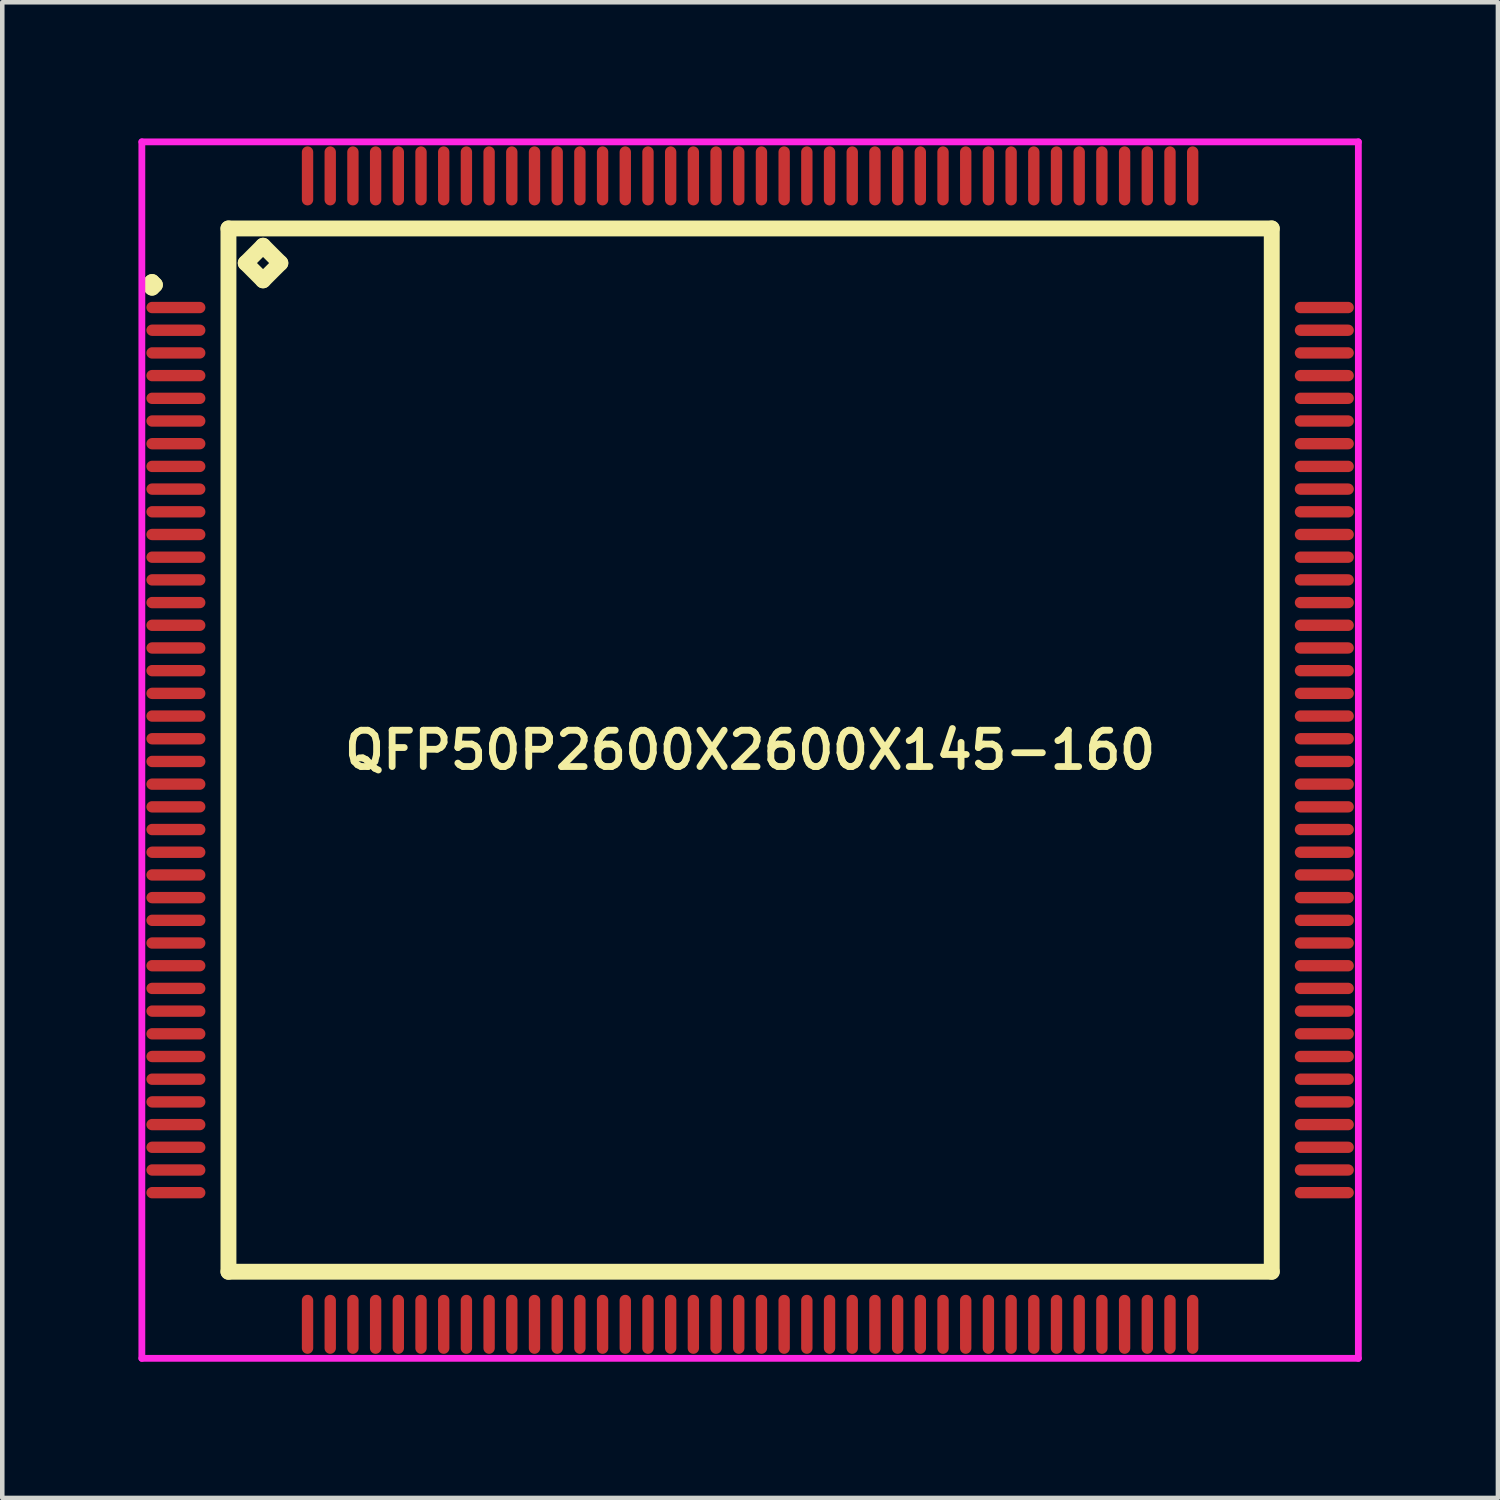
<source format=kicad_pcb>
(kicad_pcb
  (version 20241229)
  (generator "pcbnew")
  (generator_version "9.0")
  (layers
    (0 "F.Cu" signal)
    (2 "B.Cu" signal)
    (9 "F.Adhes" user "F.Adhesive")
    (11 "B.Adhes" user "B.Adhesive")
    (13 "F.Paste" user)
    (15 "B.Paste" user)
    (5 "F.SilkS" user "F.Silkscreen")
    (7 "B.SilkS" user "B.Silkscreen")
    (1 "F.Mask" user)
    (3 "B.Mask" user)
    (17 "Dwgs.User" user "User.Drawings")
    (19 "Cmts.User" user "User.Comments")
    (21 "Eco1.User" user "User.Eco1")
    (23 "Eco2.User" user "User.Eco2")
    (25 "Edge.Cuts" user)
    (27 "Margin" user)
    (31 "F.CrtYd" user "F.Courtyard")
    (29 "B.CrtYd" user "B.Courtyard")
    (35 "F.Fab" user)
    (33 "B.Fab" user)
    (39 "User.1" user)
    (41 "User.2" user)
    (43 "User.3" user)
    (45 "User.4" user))
  (footprint "QFP50P2600X2600X145-160"
    (layer "F.Cu")
    (at 13.475 13.475)
    (property "Reference" "QFP50P2600X2600X145-160" (at 0 0 0) (layer "F.SilkS") (effects (font (size 0.8 0.8) (thickness 0.15))))
    (attr smd)
    (fp_line (start -13.238 -10.25) (end -13.175 -10.312) (stroke (width 0.35) (type solid)) (layer "F.SilkS"))
    (fp_line (start -13.175 -10.312) (end -13.113 -10.25) (stroke (width 0.35) (type solid)) (layer "F.SilkS"))
    (fp_line (start -13.175 -10.188) (end -13.238 -10.25) (stroke (width 0.35) (type solid)) (layer "F.SilkS"))
    (fp_line (start -13.113 -10.25) (end -13.175 -10.188) (stroke (width 0.35) (type solid)) (layer "F.SilkS"))
    (fp_line (start -11.492 -11.492) (end -11.492 11.492) (stroke (width 0.35) (type solid)) (layer "F.SilkS"))
    (fp_line (start -11.492 11.492) (end 11.492 11.492) (stroke (width 0.35) (type solid)) (layer "F.SilkS"))
    (fp_line (start -11.111 -10.73) (end -10.73 -11.111) (stroke (width 0.35) (type solid)) (layer "F.SilkS"))
    (fp_line (start -10.73 -11.111) (end -10.349 -10.73) (stroke (width 0.35) (type solid)) (layer "F.SilkS"))
    (fp_line (start -10.73 -10.349) (end -11.111 -10.73) (stroke (width 0.35) (type solid)) (layer "F.SilkS"))
    (fp_line (start -10.349 -10.73) (end -10.73 -10.349) (stroke (width 0.35) (type solid)) (layer "F.SilkS"))
    (fp_line (start 11.492 -11.492) (end -11.492 -11.492) (stroke (width 0.35) (type solid)) (layer "F.SilkS"))
    (fp_line (start 11.492 11.492) (end 11.492 -11.492) (stroke (width 0.35) (type solid)) (layer "F.SilkS"))
    (fp_line (start -13.4 -13.4) (end 13.4 -13.4) (stroke (width 0.15) (type solid)) (layer "F.CrtYd"))
    (fp_line (start -13.4 13.4) (end -13.4 -13.4) (stroke (width 0.15) (type solid)) (layer "F.CrtYd"))
    (fp_line (start 13.4 -13.4) (end 13.4 13.4) (stroke (width 0.15) (type solid)) (layer "F.CrtYd"))
    (fp_line (start 13.4 13.4) (end -13.4 13.4) (stroke (width 0.15) (type solid)) (layer "F.CrtYd"))
    (pad "1" smd oval (at -12.65 -9.75) (size 1.3 0.25) (layers "F.Cu" "F.Mask" "F.Paste"))
    (pad "2" smd oval (at -12.65 -9.25) (size 1.3 0.25) (layers "F.Cu" "F.Mask" "F.Paste"))
    (pad "3" smd oval (at -12.65 -8.75) (size 1.3 0.25) (layers "F.Cu" "F.Mask" "F.Paste"))
    (pad "4" smd oval (at -12.65 -8.25) (size 1.3 0.25) (layers "F.Cu" "F.Mask" "F.Paste"))
    (pad "5" smd oval (at -12.65 -7.75) (size 1.3 0.25) (layers "F.Cu" "F.Mask" "F.Paste"))
    (pad "6" smd oval (at -12.65 -7.25) (size 1.3 0.25) (layers "F.Cu" "F.Mask" "F.Paste"))
    (pad "7" smd oval (at -12.65 -6.75) (size 1.3 0.25) (layers "F.Cu" "F.Mask" "F.Paste"))
    (pad "8" smd oval (at -12.65 -6.25) (size 1.3 0.25) (layers "F.Cu" "F.Mask" "F.Paste"))
    (pad "9" smd oval (at -12.65 -5.75) (size 1.3 0.25) (layers "F.Cu" "F.Mask" "F.Paste"))
    (pad "10" smd oval (at -12.65 -5.25) (size 1.3 0.25) (layers "F.Cu" "F.Mask" "F.Paste"))
    (pad "11" smd oval (at -12.65 -4.75) (size 1.3 0.25) (layers "F.Cu" "F.Mask" "F.Paste"))
    (pad "12" smd oval (at -12.65 -4.25) (size 1.3 0.25) (layers "F.Cu" "F.Mask" "F.Paste"))
    (pad "13" smd oval (at -12.65 -3.75) (size 1.3 0.25) (layers "F.Cu" "F.Mask" "F.Paste"))
    (pad "14" smd oval (at -12.65 -3.25) (size 1.3 0.25) (layers "F.Cu" "F.Mask" "F.Paste"))
    (pad "15" smd oval (at -12.65 -2.75) (size 1.3 0.25) (layers "F.Cu" "F.Mask" "F.Paste"))
    (pad "16" smd oval (at -12.65 -2.25) (size 1.3 0.25) (layers "F.Cu" "F.Mask" "F.Paste"))
    (pad "17" smd oval (at -12.65 -1.75) (size 1.3 0.25) (layers "F.Cu" "F.Mask" "F.Paste"))
    (pad "18" smd oval (at -12.65 -1.25) (size 1.3 0.25) (layers "F.Cu" "F.Mask" "F.Paste"))
    (pad "19" smd oval (at -12.65 -0.75) (size 1.3 0.25) (layers "F.Cu" "F.Mask" "F.Paste"))
    (pad "20" smd oval (at -12.65 -0.25) (size 1.3 0.25) (layers "F.Cu" "F.Mask" "F.Paste"))
    (pad "21" smd oval (at -12.65 0.25) (size 1.3 0.25) (layers "F.Cu" "F.Mask" "F.Paste"))
    (pad "22" smd oval (at -12.65 0.75) (size 1.3 0.25) (layers "F.Cu" "F.Mask" "F.Paste"))
    (pad "23" smd oval (at -12.65 1.25) (size 1.3 0.25) (layers "F.Cu" "F.Mask" "F.Paste"))
    (pad "24" smd oval (at -12.65 1.75) (size 1.3 0.25) (layers "F.Cu" "F.Mask" "F.Paste"))
    (pad "25" smd oval (at -12.65 2.25) (size 1.3 0.25) (layers "F.Cu" "F.Mask" "F.Paste"))
    (pad "26" smd oval (at -12.65 2.75) (size 1.3 0.25) (layers "F.Cu" "F.Mask" "F.Paste"))
    (pad "27" smd oval (at -12.65 3.25) (size 1.3 0.25) (layers "F.Cu" "F.Mask" "F.Paste"))
    (pad "28" smd oval (at -12.65 3.75) (size 1.3 0.25) (layers "F.Cu" "F.Mask" "F.Paste"))
    (pad "29" smd oval (at -12.65 4.25) (size 1.3 0.25) (layers "F.Cu" "F.Mask" "F.Paste"))
    (pad "30" smd oval (at -12.65 4.75) (size 1.3 0.25) (layers "F.Cu" "F.Mask" "F.Paste"))
    (pad "31" smd oval (at -12.65 5.25) (size 1.3 0.25) (layers "F.Cu" "F.Mask" "F.Paste"))
    (pad "32" smd oval (at -12.65 5.75) (size 1.3 0.25) (layers "F.Cu" "F.Mask" "F.Paste"))
    (pad "33" smd oval (at -12.65 6.25) (size 1.3 0.25) (layers "F.Cu" "F.Mask" "F.Paste"))
    (pad "34" smd oval (at -12.65 6.75) (size 1.3 0.25) (layers "F.Cu" "F.Mask" "F.Paste"))
    (pad "35" smd oval (at -12.65 7.25) (size 1.3 0.25) (layers "F.Cu" "F.Mask" "F.Paste"))
    (pad "36" smd oval (at -12.65 7.75) (size 1.3 0.25) (layers "F.Cu" "F.Mask" "F.Paste"))
    (pad "37" smd oval (at -12.65 8.25) (size 1.3 0.25) (layers "F.Cu" "F.Mask" "F.Paste"))
    (pad "38" smd oval (at -12.65 8.75) (size 1.3 0.25) (layers "F.Cu" "F.Mask" "F.Paste"))
    (pad "39" smd oval (at -12.65 9.25) (size 1.3 0.25) (layers "F.Cu" "F.Mask" "F.Paste"))
    (pad "40" smd oval (at -12.65 9.75) (size 1.3 0.25) (layers "F.Cu" "F.Mask" "F.Paste"))
    (pad "41" smd oval (at -9.75 12.65) (size 0.25 1.3) (layers "F.Cu" "F.Mask" "F.Paste"))
    (pad "42" smd oval (at -9.25 12.65) (size 0.25 1.3) (layers "F.Cu" "F.Mask" "F.Paste"))
    (pad "43" smd oval (at -8.75 12.65) (size 0.25 1.3) (layers "F.Cu" "F.Mask" "F.Paste"))
    (pad "44" smd oval (at -8.25 12.65) (size 0.25 1.3) (layers "F.Cu" "F.Mask" "F.Paste"))
    (pad "45" smd oval (at -7.75 12.65) (size 0.25 1.3) (layers "F.Cu" "F.Mask" "F.Paste"))
    (pad "46" smd oval (at -7.25 12.65) (size 0.25 1.3) (layers "F.Cu" "F.Mask" "F.Paste"))
    (pad "47" smd oval (at -6.75 12.65) (size 0.25 1.3) (layers "F.Cu" "F.Mask" "F.Paste"))
    (pad "48" smd oval (at -6.25 12.65) (size 0.25 1.3) (layers "F.Cu" "F.Mask" "F.Paste"))
    (pad "49" smd oval (at -5.75 12.65) (size 0.25 1.3) (layers "F.Cu" "F.Mask" "F.Paste"))
    (pad "50" smd oval (at -5.25 12.65) (size 0.25 1.3) (layers "F.Cu" "F.Mask" "F.Paste"))
    (pad "51" smd oval (at -4.75 12.65) (size 0.25 1.3) (layers "F.Cu" "F.Mask" "F.Paste"))
    (pad "52" smd oval (at -4.25 12.65) (size 0.25 1.3) (layers "F.Cu" "F.Mask" "F.Paste"))
    (pad "53" smd oval (at -3.75 12.65) (size 0.25 1.3) (layers "F.Cu" "F.Mask" "F.Paste"))
    (pad "54" smd oval (at -3.25 12.65) (size 0.25 1.3) (layers "F.Cu" "F.Mask" "F.Paste"))
    (pad "55" smd oval (at -2.75 12.65) (size 0.25 1.3) (layers "F.Cu" "F.Mask" "F.Paste"))
    (pad "56" smd oval (at -2.25 12.65) (size 0.25 1.3) (layers "F.Cu" "F.Mask" "F.Paste"))
    (pad "57" smd oval (at -1.75 12.65) (size 0.25 1.3) (layers "F.Cu" "F.Mask" "F.Paste"))
    (pad "58" smd oval (at -1.25 12.65) (size 0.25 1.3) (layers "F.Cu" "F.Mask" "F.Paste"))
    (pad "59" smd oval (at -0.75 12.65) (size 0.25 1.3) (layers "F.Cu" "F.Mask" "F.Paste"))
    (pad "60" smd oval (at -0.25 12.65) (size 0.25 1.3) (layers "F.Cu" "F.Mask" "F.Paste"))
    (pad "61" smd oval (at 0.25 12.65) (size 0.25 1.3) (layers "F.Cu" "F.Mask" "F.Paste"))
    (pad "62" smd oval (at 0.75 12.65) (size 0.25 1.3) (layers "F.Cu" "F.Mask" "F.Paste"))
    (pad "63" smd oval (at 1.25 12.65) (size 0.25 1.3) (layers "F.Cu" "F.Mask" "F.Paste"))
    (pad "64" smd oval (at 1.75 12.65) (size 0.25 1.3) (layers "F.Cu" "F.Mask" "F.Paste"))
    (pad "65" smd oval (at 2.25 12.65) (size 0.25 1.3) (layers "F.Cu" "F.Mask" "F.Paste"))
    (pad "66" smd oval (at 2.75 12.65) (size 0.25 1.3) (layers "F.Cu" "F.Mask" "F.Paste"))
    (pad "67" smd oval (at 3.25 12.65) (size 0.25 1.3) (layers "F.Cu" "F.Mask" "F.Paste"))
    (pad "68" smd oval (at 3.75 12.65) (size 0.25 1.3) (layers "F.Cu" "F.Mask" "F.Paste"))
    (pad "69" smd oval (at 4.25 12.65) (size 0.25 1.3) (layers "F.Cu" "F.Mask" "F.Paste"))
    (pad "70" smd oval (at 4.75 12.65) (size 0.25 1.3) (layers "F.Cu" "F.Mask" "F.Paste"))
    (pad "71" smd oval (at 5.25 12.65) (size 0.25 1.3) (layers "F.Cu" "F.Mask" "F.Paste"))
    (pad "72" smd oval (at 5.75 12.65) (size 0.25 1.3) (layers "F.Cu" "F.Mask" "F.Paste"))
    (pad "73" smd oval (at 6.25 12.65) (size 0.25 1.3) (layers "F.Cu" "F.Mask" "F.Paste"))
    (pad "74" smd oval (at 6.75 12.65) (size 0.25 1.3) (layers "F.Cu" "F.Mask" "F.Paste"))
    (pad "75" smd oval (at 7.25 12.65) (size 0.25 1.3) (layers "F.Cu" "F.Mask" "F.Paste"))
    (pad "76" smd oval (at 7.75 12.65) (size 0.25 1.3) (layers "F.Cu" "F.Mask" "F.Paste"))
    (pad "77" smd oval (at 8.25 12.65) (size 0.25 1.3) (layers "F.Cu" "F.Mask" "F.Paste"))
    (pad "78" smd oval (at 8.75 12.65) (size 0.25 1.3) (layers "F.Cu" "F.Mask" "F.Paste"))
    (pad "79" smd oval (at 9.25 12.65) (size 0.25 1.3) (layers "F.Cu" "F.Mask" "F.Paste"))
    (pad "80" smd oval (at 9.75 12.65) (size 0.25 1.3) (layers "F.Cu" "F.Mask" "F.Paste"))
    (pad "81" smd oval (at 12.65 9.75) (size 1.3 0.25) (layers "F.Cu" "F.Mask" "F.Paste"))
    (pad "82" smd oval (at 12.65 9.25) (size 1.3 0.25) (layers "F.Cu" "F.Mask" "F.Paste"))
    (pad "83" smd oval (at 12.65 8.75) (size 1.3 0.25) (layers "F.Cu" "F.Mask" "F.Paste"))
    (pad "84" smd oval (at 12.65 8.25) (size 1.3 0.25) (layers "F.Cu" "F.Mask" "F.Paste"))
    (pad "85" smd oval (at 12.65 7.75) (size 1.3 0.25) (layers "F.Cu" "F.Mask" "F.Paste"))
    (pad "86" smd oval (at 12.65 7.25) (size 1.3 0.25) (layers "F.Cu" "F.Mask" "F.Paste"))
    (pad "87" smd oval (at 12.65 6.75) (size 1.3 0.25) (layers "F.Cu" "F.Mask" "F.Paste"))
    (pad "88" smd oval (at 12.65 6.25) (size 1.3 0.25) (layers "F.Cu" "F.Mask" "F.Paste"))
    (pad "89" smd oval (at 12.65 5.75) (size 1.3 0.25) (layers "F.Cu" "F.Mask" "F.Paste"))
    (pad "90" smd oval (at 12.65 5.25) (size 1.3 0.25) (layers "F.Cu" "F.Mask" "F.Paste"))
    (pad "91" smd oval (at 12.65 4.75) (size 1.3 0.25) (layers "F.Cu" "F.Mask" "F.Paste"))
    (pad "92" smd oval (at 12.65 4.25) (size 1.3 0.25) (layers "F.Cu" "F.Mask" "F.Paste"))
    (pad "93" smd oval (at 12.65 3.75) (size 1.3 0.25) (layers "F.Cu" "F.Mask" "F.Paste"))
    (pad "94" smd oval (at 12.65 3.25) (size 1.3 0.25) (layers "F.Cu" "F.Mask" "F.Paste"))
    (pad "95" smd oval (at 12.65 2.75) (size 1.3 0.25) (layers "F.Cu" "F.Mask" "F.Paste"))
    (pad "96" smd oval (at 12.65 2.25) (size 1.3 0.25) (layers "F.Cu" "F.Mask" "F.Paste"))
    (pad "97" smd oval (at 12.65 1.75) (size 1.3 0.25) (layers "F.Cu" "F.Mask" "F.Paste"))
    (pad "98" smd oval (at 12.65 1.25) (size 1.3 0.25) (layers "F.Cu" "F.Mask" "F.Paste"))
    (pad "99" smd oval (at 12.65 0.75) (size 1.3 0.25) (layers "F.Cu" "F.Mask" "F.Paste"))
    (pad "100" smd oval (at 12.65 0.25) (size 1.3 0.25) (layers "F.Cu" "F.Mask" "F.Paste"))
    (pad "101" smd oval (at 12.65 -0.25) (size 1.3 0.25) (layers "F.Cu" "F.Mask" "F.Paste"))
    (pad "102" smd oval (at 12.65 -0.75) (size 1.3 0.25) (layers "F.Cu" "F.Mask" "F.Paste"))
    (pad "103" smd oval (at 12.65 -1.25) (size 1.3 0.25) (layers "F.Cu" "F.Mask" "F.Paste"))
    (pad "104" smd oval (at 12.65 -1.75) (size 1.3 0.25) (layers "F.Cu" "F.Mask" "F.Paste"))
    (pad "105" smd oval (at 12.65 -2.25) (size 1.3 0.25) (layers "F.Cu" "F.Mask" "F.Paste"))
    (pad "106" smd oval (at 12.65 -2.75) (size 1.3 0.25) (layers "F.Cu" "F.Mask" "F.Paste"))
    (pad "107" smd oval (at 12.65 -3.25) (size 1.3 0.25) (layers "F.Cu" "F.Mask" "F.Paste"))
    (pad "108" smd oval (at 12.65 -3.75) (size 1.3 0.25) (layers "F.Cu" "F.Mask" "F.Paste"))
    (pad "109" smd oval (at 12.65 -4.25) (size 1.3 0.25) (layers "F.Cu" "F.Mask" "F.Paste"))
    (pad "110" smd oval (at 12.65 -4.75) (size 1.3 0.25) (layers "F.Cu" "F.Mask" "F.Paste"))
    (pad "111" smd oval (at 12.65 -5.25) (size 1.3 0.25) (layers "F.Cu" "F.Mask" "F.Paste"))
    (pad "112" smd oval (at 12.65 -5.75) (size 1.3 0.25) (layers "F.Cu" "F.Mask" "F.Paste"))
    (pad "113" smd oval (at 12.65 -6.25) (size 1.3 0.25) (layers "F.Cu" "F.Mask" "F.Paste"))
    (pad "114" smd oval (at 12.65 -6.75) (size 1.3 0.25) (layers "F.Cu" "F.Mask" "F.Paste"))
    (pad "115" smd oval (at 12.65 -7.25) (size 1.3 0.25) (layers "F.Cu" "F.Mask" "F.Paste"))
    (pad "116" smd oval (at 12.65 -7.75) (size 1.3 0.25) (layers "F.Cu" "F.Mask" "F.Paste"))
    (pad "117" smd oval (at 12.65 -8.25) (size 1.3 0.25) (layers "F.Cu" "F.Mask" "F.Paste"))
    (pad "118" smd oval (at 12.65 -8.75) (size 1.3 0.25) (layers "F.Cu" "F.Mask" "F.Paste"))
    (pad "119" smd oval (at 12.65 -9.25) (size 1.3 0.25) (layers "F.Cu" "F.Mask" "F.Paste"))
    (pad "120" smd oval (at 12.65 -9.75) (size 1.3 0.25) (layers "F.Cu" "F.Mask" "F.Paste"))
    (pad "121" smd oval (at 9.75 -12.65) (size 0.25 1.3) (layers "F.Cu" "F.Mask" "F.Paste"))
    (pad "122" smd oval (at 9.25 -12.65) (size 0.25 1.3) (layers "F.Cu" "F.Mask" "F.Paste"))
    (pad "123" smd oval (at 8.75 -12.65) (size 0.25 1.3) (layers "F.Cu" "F.Mask" "F.Paste"))
    (pad "124" smd oval (at 8.25 -12.65) (size 0.25 1.3) (layers "F.Cu" "F.Mask" "F.Paste"))
    (pad "125" smd oval (at 7.75 -12.65) (size 0.25 1.3) (layers "F.Cu" "F.Mask" "F.Paste"))
    (pad "126" smd oval (at 7.25 -12.65) (size 0.25 1.3) (layers "F.Cu" "F.Mask" "F.Paste"))
    (pad "127" smd oval (at 6.75 -12.65) (size 0.25 1.3) (layers "F.Cu" "F.Mask" "F.Paste"))
    (pad "128" smd oval (at 6.25 -12.65) (size 0.25 1.3) (layers "F.Cu" "F.Mask" "F.Paste"))
    (pad "129" smd oval (at 5.75 -12.65) (size 0.25 1.3) (layers "F.Cu" "F.Mask" "F.Paste"))
    (pad "130" smd oval (at 5.25 -12.65) (size 0.25 1.3) (layers "F.Cu" "F.Mask" "F.Paste"))
    (pad "131" smd oval (at 4.75 -12.65) (size 0.25 1.3) (layers "F.Cu" "F.Mask" "F.Paste"))
    (pad "132" smd oval (at 4.25 -12.65) (size 0.25 1.3) (layers "F.Cu" "F.Mask" "F.Paste"))
    (pad "133" smd oval (at 3.75 -12.65) (size 0.25 1.3) (layers "F.Cu" "F.Mask" "F.Paste"))
    (pad "134" smd oval (at 3.25 -12.65) (size 0.25 1.3) (layers "F.Cu" "F.Mask" "F.Paste"))
    (pad "135" smd oval (at 2.75 -12.65) (size 0.25 1.3) (layers "F.Cu" "F.Mask" "F.Paste"))
    (pad "136" smd oval (at 2.25 -12.65) (size 0.25 1.3) (layers "F.Cu" "F.Mask" "F.Paste"))
    (pad "137" smd oval (at 1.75 -12.65) (size 0.25 1.3) (layers "F.Cu" "F.Mask" "F.Paste"))
    (pad "138" smd oval (at 1.25 -12.65) (size 0.25 1.3) (layers "F.Cu" "F.Mask" "F.Paste"))
    (pad "139" smd oval (at 0.75 -12.65) (size 0.25 1.3) (layers "F.Cu" "F.Mask" "F.Paste"))
    (pad "140" smd oval (at 0.25 -12.65) (size 0.25 1.3) (layers "F.Cu" "F.Mask" "F.Paste"))
    (pad "141" smd oval (at -0.25 -12.65) (size 0.25 1.3) (layers "F.Cu" "F.Mask" "F.Paste"))
    (pad "142" smd oval (at -0.75 -12.65) (size 0.25 1.3) (layers "F.Cu" "F.Mask" "F.Paste"))
    (pad "143" smd oval (at -1.25 -12.65) (size 0.25 1.3) (layers "F.Cu" "F.Mask" "F.Paste"))
    (pad "144" smd oval (at -1.75 -12.65) (size 0.25 1.3) (layers "F.Cu" "F.Mask" "F.Paste"))
    (pad "145" smd oval (at -2.25 -12.65) (size 0.25 1.3) (layers "F.Cu" "F.Mask" "F.Paste"))
    (pad "146" smd oval (at -2.75 -12.65) (size 0.25 1.3) (layers "F.Cu" "F.Mask" "F.Paste"))
    (pad "147" smd oval (at -3.25 -12.65) (size 0.25 1.3) (layers "F.Cu" "F.Mask" "F.Paste"))
    (pad "148" smd oval (at -3.75 -12.65) (size 0.25 1.3) (layers "F.Cu" "F.Mask" "F.Paste"))
    (pad "149" smd oval (at -4.25 -12.65) (size 0.25 1.3) (layers "F.Cu" "F.Mask" "F.Paste"))
    (pad "150" smd oval (at -4.75 -12.65) (size 0.25 1.3) (layers "F.Cu" "F.Mask" "F.Paste"))
    (pad "151" smd oval (at -5.25 -12.65) (size 0.25 1.3) (layers "F.Cu" "F.Mask" "F.Paste"))
    (pad "152" smd oval (at -5.75 -12.65) (size 0.25 1.3) (layers "F.Cu" "F.Mask" "F.Paste"))
    (pad "153" smd oval (at -6.25 -12.65) (size 0.25 1.3) (layers "F.Cu" "F.Mask" "F.Paste"))
    (pad "154" smd oval (at -6.75 -12.65) (size 0.25 1.3) (layers "F.Cu" "F.Mask" "F.Paste"))
    (pad "155" smd oval (at -7.25 -12.65) (size 0.25 1.3) (layers "F.Cu" "F.Mask" "F.Paste"))
    (pad "156" smd oval (at -7.75 -12.65) (size 0.25 1.3) (layers "F.Cu" "F.Mask" "F.Paste"))
    (pad "157" smd oval (at -8.25 -12.65) (size 0.25 1.3) (layers "F.Cu" "F.Mask" "F.Paste"))
    (pad "158" smd oval (at -8.75 -12.65) (size 0.25 1.3) (layers "F.Cu" "F.Mask" "F.Paste"))
    (pad "159" smd oval (at -9.25 -12.65) (size 0.25 1.3) (layers "F.Cu" "F.Mask" "F.Paste"))
    (pad "160" smd oval (at -9.75 -12.65) (size 0.25 1.3) (layers "F.Cu" "F.Mask" "F.Paste")))
  (gr_rect
    (start -3 -3)
    (end 29.95 29.95)
    (stroke (width 0.1) (type default))
    (fill no)
    (layer "Edge.Cuts")))
</source>
